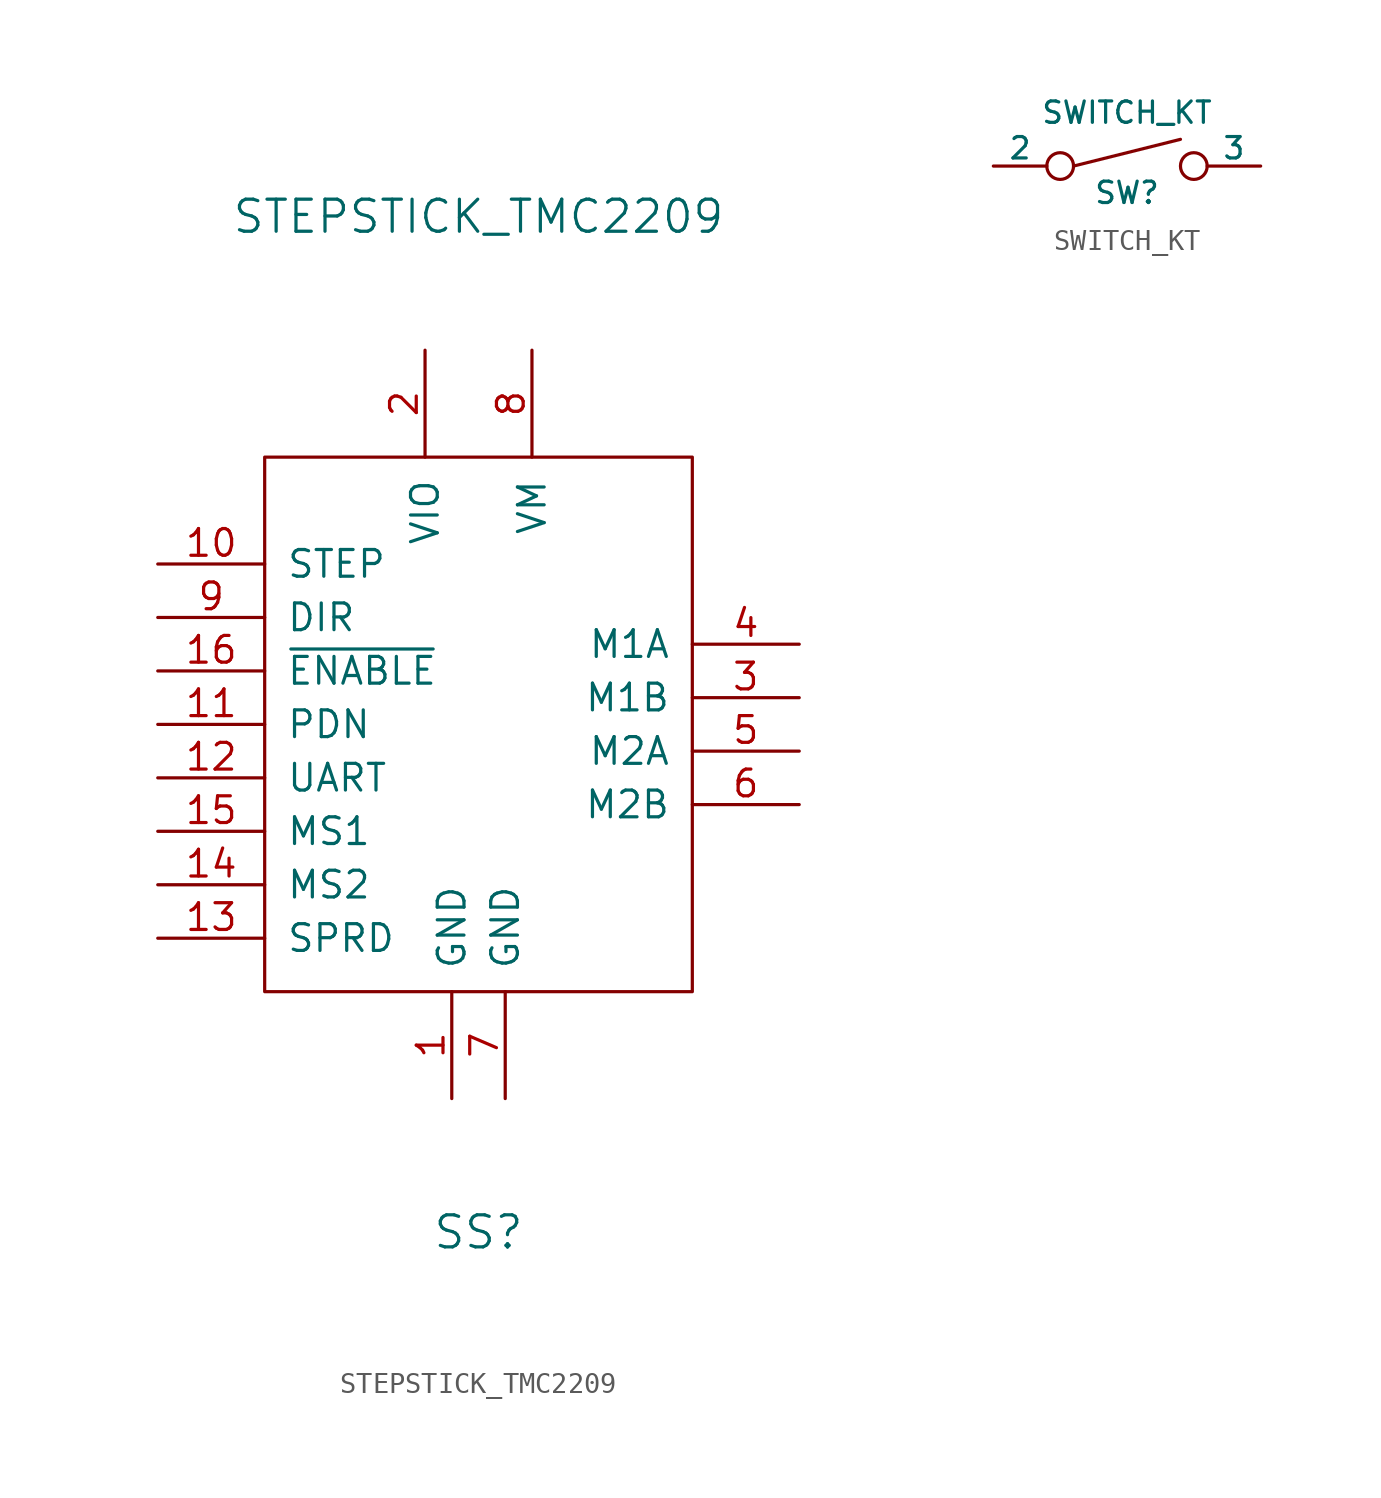
<source format=kicad_sym>
(kicad_symbol_lib
  (version 20211014)
  (generator kicad_symbol_editor)
  (symbol "STEPSTICK_TMC2209"
    (pin_names
      (offset 1.016))
    (property "Reference" "SS"
      (at 0 -24.13 0)
      (effects (font (size 1.524 1.524))))
    (property "Value" "STEPSTICK_TMC2209"
      (at 0 24.13 0)
      (effects (font (size 1.524 1.524))))
    (symbol "STEPSTICK_TMC2209_0_1"
      (rectangle (start -10.16 12.7) (end 10.16 -12.7) (stroke (width 0) (type default) (color 0 0 0 0)) (fill (type none))))
    (symbol "STEPSTICK_TMC2209_1_1"
      (pin power_in line (at -1.27 -17.78 90) (length 5.08) (name "GND" (effects (font (size 1.27 1.27)))) (number "1" (effects (font (size 1.27 1.27)))))
      (pin input line (at -15.24 7.62 0) (length 5.08) (name "STEP" (effects (font (size 1.27 1.27)))) (number "10" (effects (font (size 1.27 1.27)))))
      (pin bidirectional line (at -15.24 0 0) (length 5.08) (name "PDN" (effects (font (size 1.27 1.27)))) (number "11" (effects (font (size 1.27 1.27)))))
      (pin bidirectional line (at -15.24 -2.54 0) (length 5.08) (name "UART" (effects (font (size 1.27 1.27)))) (number "12" (effects (font (size 1.27 1.27)))))
      (pin input line (at -15.24 -10.16 0) (length 5.08) (name "SPRD" (effects (font (size 1.27 1.27)))) (number "13" (effects (font (size 1.27 1.27)))))
      (pin input line (at -15.24 -7.62 0) (length 5.08) (name "MS2" (effects (font (size 1.27 1.27)))) (number "14" (effects (font (size 1.27 1.27)))))
      (pin input line (at -15.24 -5.08 0) (length 5.08) (name "MS1" (effects (font (size 1.27 1.27)))) (number "15" (effects (font (size 1.27 1.27)))))
      (pin input line (at -15.24 2.54 0) (length 5.08) (name "~{ENABLE}" (effects (font (size 1.27 1.27)))) (number "16" (effects (font (size 1.27 1.27)))))
      (pin power_in line (at -2.54 17.78 270) (length 5.08) (name "VIO" (effects (font (size 1.27 1.27)))) (number "2" (effects (font (size 1.27 1.27)))))
      (pin power_out line (at 15.24 1.27 180) (length 5.08) (name "M1B" (effects (font (size 1.27 1.27)))) (number "3" (effects (font (size 1.27 1.27)))))
      (pin power_out line (at 15.24 3.81 180) (length 5.08) (name "M1A" (effects (font (size 1.27 1.27)))) (number "4" (effects (font (size 1.27 1.27)))))
      (pin power_out line (at 15.24 -1.27 180) (length 5.08) (name "M2A" (effects (font (size 1.27 1.27)))) (number "5" (effects (font (size 1.27 1.27)))))
      (pin power_out line (at 15.24 -3.81 180) (length 5.08) (name "M2B" (effects (font (size 1.27 1.27)))) (number "6" (effects (font (size 1.27 1.27)))))
      (pin power_in line (at 1.27 -17.78 90) (length 5.08) (name "GND" (effects (font (size 1.27 1.27)))) (number "7" (effects (font (size 1.27 1.27)))))
      (pin power_in line (at 2.54 17.78 270) (length 5.08) (name "VM" (effects (font (size 1.27 1.27)))) (number "8" (effects (font (size 1.27 1.27)))))
      (pin input line (at -15.24 5.08 0) (length 5.08) (name "DIR" (effects (font (size 1.27 1.27)))) (number "9" (effects (font (size 1.27 1.27)))))))
  (symbol "SWITCH_KT"
    (pin_numbers hide)
    (pin_names
      (offset 0))
    (property "Reference" "SW"
      (at 0 -1.27 0)
      (effects (font (size 1.016 1.016))))
    (property "Value" "SWITCH_KT"
      (at 0 2.54 0)
      (effects (font (size 1.016 1.016))))
    (property "Datasheet" ""
      (at 0 -1.27 0)
      (effects (font (size 1.524 1.524))))
    (symbol "SWITCH_KT_0_1"
      (circle (center -3.175 0) (radius 0.635) (stroke (width 0) (type default) (color 0 0 0 0)) (fill (type none)))
      (polyline (pts (xy -2.54 0) (xy 2.54 1.27)) (stroke (width 0) (type default) (color 0 0 0 0)) (fill (type none)))
      (circle (center 3.175 0) (radius 0.635) (stroke (width 0) (type default) (color 0 0 0 0)) (fill (type none))))
    (symbol "SWITCH_KT_1_1"
      (pin passive line (at -6.35 0 0) (length 2.54) (name "2" (effects (font (size 1.016 1.016)))) (number "2" (effects (font (size 1.016 1.016)))))
      (pin passive line (at 6.35 0 180) (length 2.54) (name "3" (effects (font (size 1.016 1.016)))) (number "3" (effects (font (size 1.016 1.016))))))))
</source>
